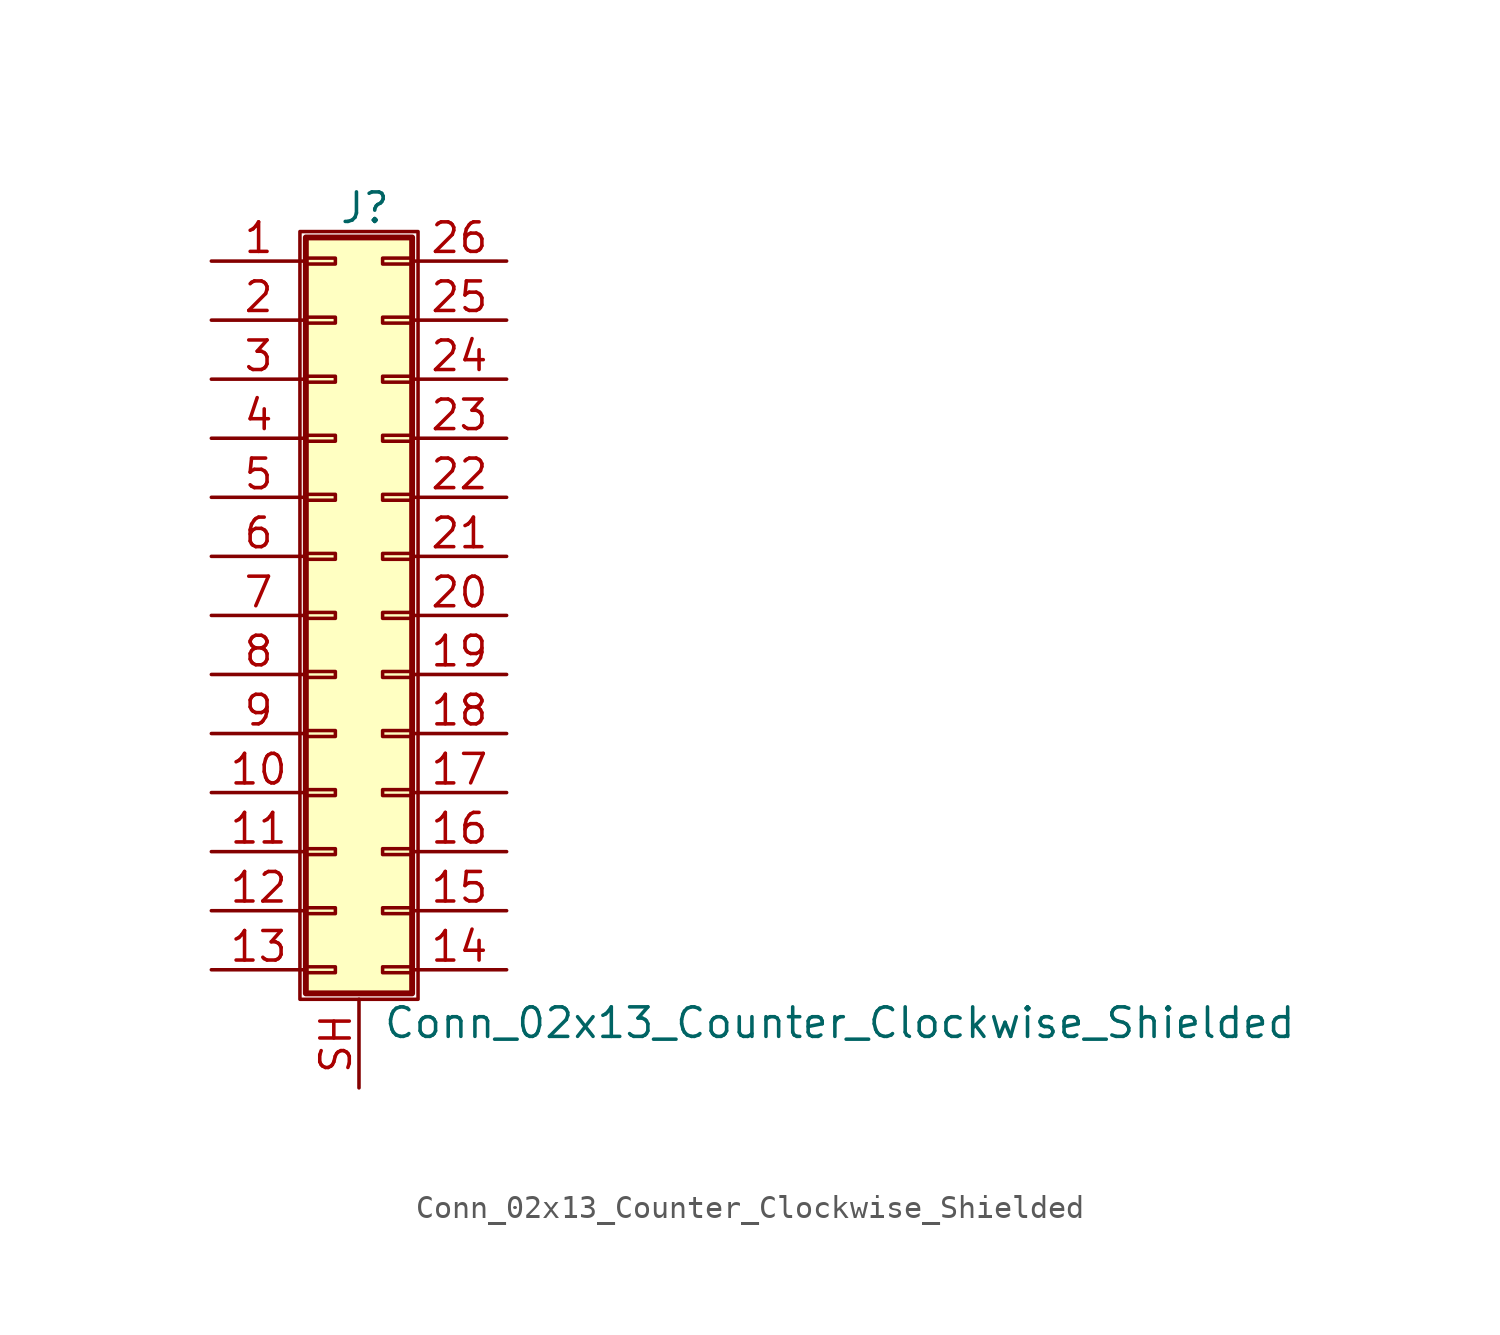
<source format=kicad_sym>
(kicad_symbol_lib
  (version 20220914)
  (generator kicad_symbol_editor)
  (symbol "Conn_02x13_Counter_Clockwise_Shielded"
    (pin_names
      (offset 1.016) hide)
    (property "Reference" "J"
      (at 1.524 17.526 0)
      (effects (font (size 1.27 1.27))))
    (property "Value" "Conn_02x13_Counter_Clockwise_Shielded"
      (at 2.286 -17.526 0)
      (effects (font (size 1.27 1.27)) (justify left)))
    (symbol "Conn_02x13_Counter_Clockwise_Shielded_1_1"
      (rectangle (start -1.27 16.51) (end 3.81 -16.51) (stroke (width 0.152) (type default)) (fill (type none)))
      (rectangle (start -1.016 -15.113) (end 0.254 -15.367) (stroke (width 0.152) (type default)) (fill (type none)))
      (rectangle (start -1.016 -12.573) (end 0.254 -12.827) (stroke (width 0.152) (type default)) (fill (type none)))
      (rectangle (start -1.016 -10.033) (end 0.254 -10.287) (stroke (width 0.152) (type default)) (fill (type none)))
      (rectangle (start -1.016 -7.493) (end 0.254 -7.747) (stroke (width 0.152) (type default)) (fill (type none)))
      (rectangle (start -1.016 -4.953) (end 0.254 -5.207) (stroke (width 0.152) (type default)) (fill (type none)))
      (rectangle (start -1.016 -2.413) (end 0.254 -2.667) (stroke (width 0.152) (type default)) (fill (type none)))
      (rectangle (start -1.016 0.127) (end 0.254 -0.127) (stroke (width 0.152) (type default)) (fill (type none)))
      (rectangle (start -1.016 2.667) (end 0.254 2.413) (stroke (width 0.152) (type default)) (fill (type none)))
      (rectangle (start -1.016 5.207) (end 0.254 4.953) (stroke (width 0.152) (type default)) (fill (type none)))
      (rectangle (start -1.016 7.747) (end 0.254 7.493) (stroke (width 0.152) (type default)) (fill (type none)))
      (rectangle (start -1.016 10.287) (end 0.254 10.033) (stroke (width 0.152) (type default)) (fill (type none)))
      (rectangle (start -1.016 12.827) (end 0.254 12.573) (stroke (width 0.152) (type default)) (fill (type none)))
      (rectangle (start -1.016 15.367) (end 0.254 15.113) (stroke (width 0.152) (type default)) (fill (type none)))
      (rectangle (start -1.016 16.256) (end 3.556 -16.256) (stroke (width 0.254) (type default)) (fill (type background)))
      (rectangle (start 3.556 -15.113) (end 2.286 -15.367) (stroke (width 0.152) (type default)) (fill (type none)))
      (rectangle (start 3.556 -12.573) (end 2.286 -12.827) (stroke (width 0.152) (type default)) (fill (type none)))
      (rectangle (start 3.556 -10.033) (end 2.286 -10.287) (stroke (width 0.152) (type default)) (fill (type none)))
      (rectangle (start 3.556 -7.493) (end 2.286 -7.747) (stroke (width 0.152) (type default)) (fill (type none)))
      (rectangle (start 3.556 -4.953) (end 2.286 -5.207) (stroke (width 0.152) (type default)) (fill (type none)))
      (rectangle (start 3.556 -2.413) (end 2.286 -2.667) (stroke (width 0.152) (type default)) (fill (type none)))
      (rectangle (start 3.556 0.127) (end 2.286 -0.127) (stroke (width 0.152) (type default)) (fill (type none)))
      (rectangle (start 3.556 2.667) (end 2.286 2.413) (stroke (width 0.152) (type default)) (fill (type none)))
      (rectangle (start 3.556 5.207) (end 2.286 4.953) (stroke (width 0.152) (type default)) (fill (type none)))
      (rectangle (start 3.556 7.747) (end 2.286 7.493) (stroke (width 0.152) (type default)) (fill (type none)))
      (rectangle (start 3.556 10.287) (end 2.286 10.033) (stroke (width 0.152) (type default)) (fill (type none)))
      (rectangle (start 3.556 12.827) (end 2.286 12.573) (stroke (width 0.152) (type default)) (fill (type none)))
      (rectangle (start 3.556 15.367) (end 2.286 15.113) (stroke (width 0.152) (type default)) (fill (type none)))
      (pin passive line (at -5.08 15.24 0) (length 4.064) (name "Pin_1" (effects (font (size 1.27 1.27)))) (number "1" (effects (font (size 1.27 1.27)))))
      (pin passive line (at -5.08 -7.62 0) (length 4.064) (name "Pin_10" (effects (font (size 1.27 1.27)))) (number "10" (effects (font (size 1.27 1.27)))))
      (pin passive line (at -5.08 -10.16 0) (length 4.064) (name "Pin_11" (effects (font (size 1.27 1.27)))) (number "11" (effects (font (size 1.27 1.27)))))
      (pin passive line (at -5.08 -12.7 0) (length 4.064) (name "Pin_12" (effects (font (size 1.27 1.27)))) (number "12" (effects (font (size 1.27 1.27)))))
      (pin passive line (at -5.08 -15.24 0) (length 4.064) (name "Pin_13" (effects (font (size 1.27 1.27)))) (number "13" (effects (font (size 1.27 1.27)))))
      (pin passive line (at 7.62 -15.24 180) (length 4.064) (name "Pin_14" (effects (font (size 1.27 1.27)))) (number "14" (effects (font (size 1.27 1.27)))))
      (pin passive line (at 7.62 -12.7 180) (length 4.064) (name "Pin_15" (effects (font (size 1.27 1.27)))) (number "15" (effects (font (size 1.27 1.27)))))
      (pin passive line (at 7.62 -10.16 180) (length 4.064) (name "Pin_16" (effects (font (size 1.27 1.27)))) (number "16" (effects (font (size 1.27 1.27)))))
      (pin passive line (at 7.62 -7.62 180) (length 4.064) (name "Pin_17" (effects (font (size 1.27 1.27)))) (number "17" (effects (font (size 1.27 1.27)))))
      (pin passive line (at 7.62 -5.08 180) (length 4.064) (name "Pin_18" (effects (font (size 1.27 1.27)))) (number "18" (effects (font (size 1.27 1.27)))))
      (pin passive line (at 7.62 -2.54 180) (length 4.064) (name "Pin_19" (effects (font (size 1.27 1.27)))) (number "19" (effects (font (size 1.27 1.27)))))
      (pin passive line (at -5.08 12.7 0) (length 4.064) (name "Pin_2" (effects (font (size 1.27 1.27)))) (number "2" (effects (font (size 1.27 1.27)))))
      (pin passive line (at 7.62 0 180) (length 4.064) (name "Pin_20" (effects (font (size 1.27 1.27)))) (number "20" (effects (font (size 1.27 1.27)))))
      (pin passive line (at 7.62 2.54 180) (length 4.064) (name "Pin_21" (effects (font (size 1.27 1.27)))) (number "21" (effects (font (size 1.27 1.27)))))
      (pin passive line (at 7.62 5.08 180) (length 4.064) (name "Pin_22" (effects (font (size 1.27 1.27)))) (number "22" (effects (font (size 1.27 1.27)))))
      (pin passive line (at 7.62 7.62 180) (length 4.064) (name "Pin_23" (effects (font (size 1.27 1.27)))) (number "23" (effects (font (size 1.27 1.27)))))
      (pin passive line (at 7.62 10.16 180) (length 4.064) (name "Pin_24" (effects (font (size 1.27 1.27)))) (number "24" (effects (font (size 1.27 1.27)))))
      (pin passive line (at 7.62 12.7 180) (length 4.064) (name "Pin_25" (effects (font (size 1.27 1.27)))) (number "25" (effects (font (size 1.27 1.27)))))
      (pin passive line (at 7.62 15.24 180) (length 4.064) (name "Pin_26" (effects (font (size 1.27 1.27)))) (number "26" (effects (font (size 1.27 1.27)))))
      (pin passive line (at -5.08 10.16 0) (length 4.064) (name "Pin_3" (effects (font (size 1.27 1.27)))) (number "3" (effects (font (size 1.27 1.27)))))
      (pin passive line (at -5.08 7.62 0) (length 4.064) (name "Pin_4" (effects (font (size 1.27 1.27)))) (number "4" (effects (font (size 1.27 1.27)))))
      (pin passive line (at -5.08 5.08 0) (length 4.064) (name "Pin_5" (effects (font (size 1.27 1.27)))) (number "5" (effects (font (size 1.27 1.27)))))
      (pin passive line (at -5.08 2.54 0) (length 4.064) (name "Pin_6" (effects (font (size 1.27 1.27)))) (number "6" (effects (font (size 1.27 1.27)))))
      (pin passive line (at -5.08 0 0) (length 4.064) (name "Pin_7" (effects (font (size 1.27 1.27)))) (number "7" (effects (font (size 1.27 1.27)))))
      (pin passive line (at -5.08 -2.54 0) (length 4.064) (name "Pin_8" (effects (font (size 1.27 1.27)))) (number "8" (effects (font (size 1.27 1.27)))))
      (pin passive line (at -5.08 -5.08 0) (length 4.064) (name "Pin_9" (effects (font (size 1.27 1.27)))) (number "9" (effects (font (size 1.27 1.27)))))
      (pin passive line (at 1.27 -20.32 90) (length 3.81) (name "Shield" (effects (font (size 1.27 1.27)))) (number "SH" (effects (font (size 1.27 1.27))))))))
</source>
